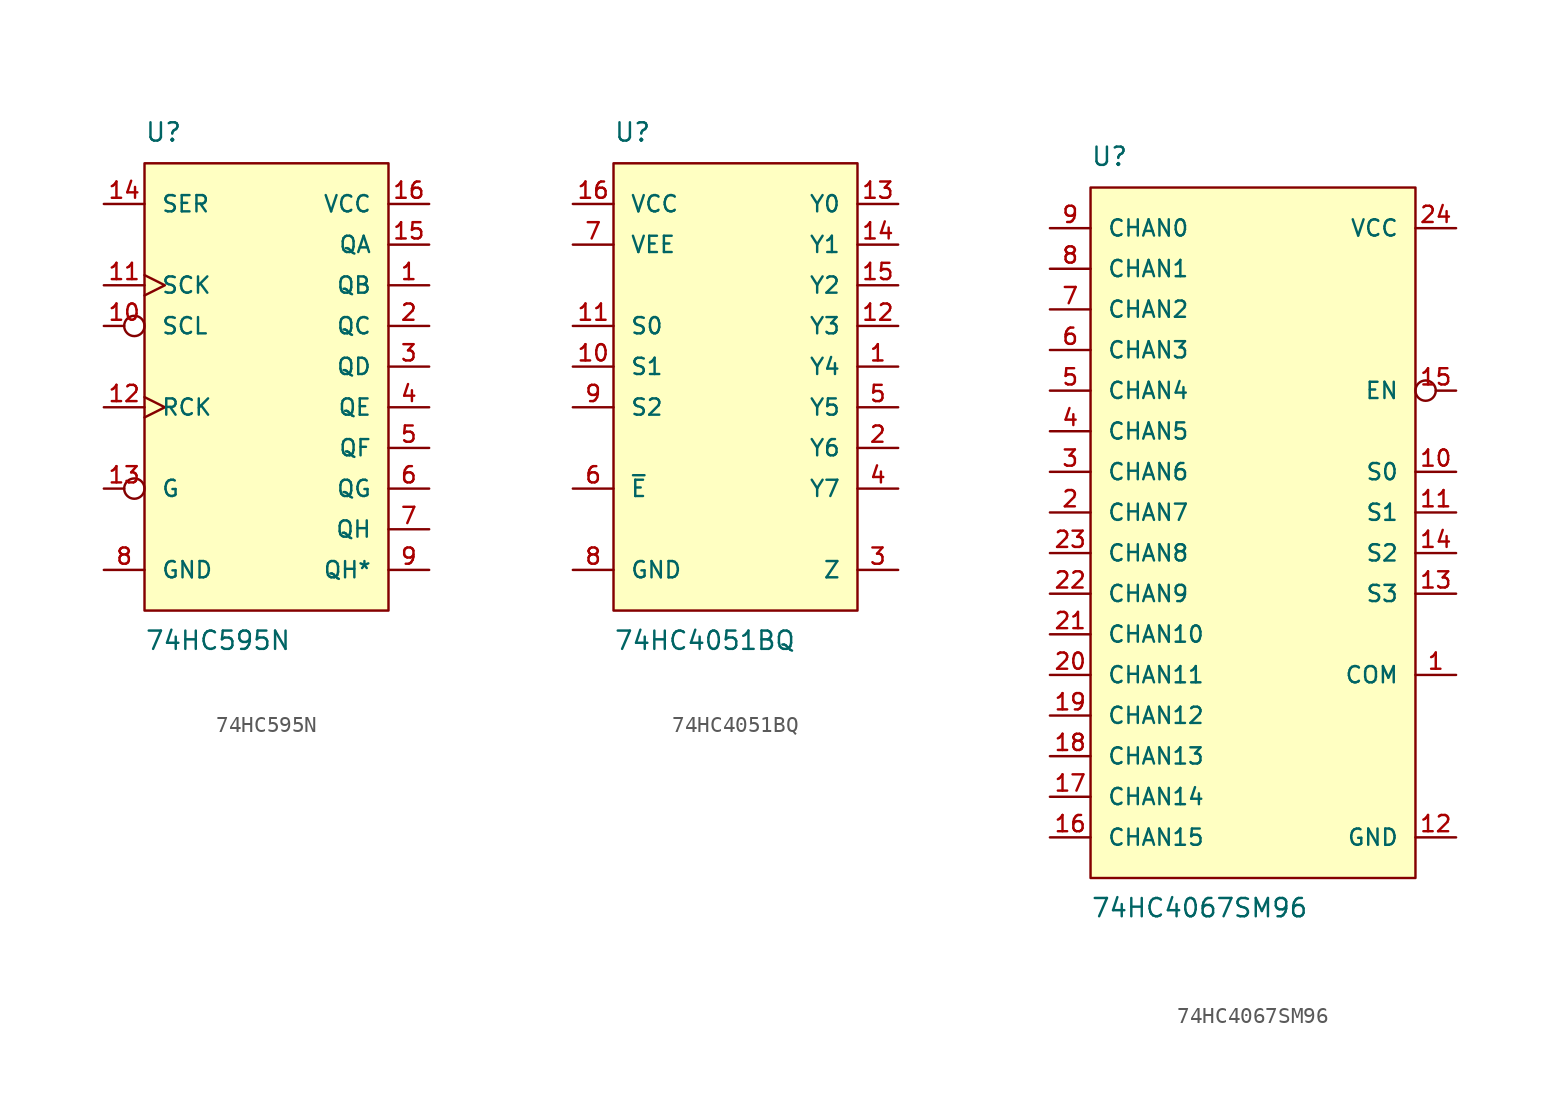
<source format=kicad_sym>
(kicad_symbol_lib
  (version 20211014)
  (generator kicad_symbol_editor)
  (symbol "74HC595N"
    (pin_names
      (offset 1.016))
    (property "Reference" "U"
      (at -7.62 15.24 0)
      (effects (font (size 1.143 1.143)) (justify left bottom)))
    (property "Value" "74HC595N"
      (at -7.62 -16.51 0)
      (effects (font (size 1.143 1.143)) (justify left bottom)))
    (property "ki_locked" ""
      (at 0 0 0)
      (effects (font (size 1.27 1.27))))
    (symbol "74HC595N_1_1"
      (polyline (pts (xy -7.62 -13.97) (xy 7.62 -13.97) (xy 7.62 13.97) (xy -7.62 13.97) (xy -7.62 -13.97)) (stroke (width 0) (type default) (color 0 0 0 0)) (fill (type background)))
      (pin tri_state line (at 10.16 6.35 180) (length 2.54) (name "QB" (effects (font (size 1.016 1.016)))) (number "1" (effects (font (size 1.016 1.016)))))
      (pin input inverted (at -10.16 3.81 0) (length 2.54) (name "SCL" (effects (font (size 1.016 1.016)))) (number "10" (effects (font (size 1.016 1.016)))))
      (pin input clock (at -10.16 6.35 0) (length 2.54) (name "SCK" (effects (font (size 1.016 1.016)))) (number "11" (effects (font (size 1.016 1.016)))))
      (pin input clock (at -10.16 -1.27 0) (length 2.54) (name "RCK" (effects (font (size 1.016 1.016)))) (number "12" (effects (font (size 1.016 1.016)))))
      (pin input inverted (at -10.16 -6.35 0) (length 2.54) (name "G" (effects (font (size 1.016 1.016)))) (number "13" (effects (font (size 1.016 1.016)))))
      (pin input line (at -10.16 11.43 0) (length 2.54) (name "SER" (effects (font (size 1.016 1.016)))) (number "14" (effects (font (size 1.016 1.016)))))
      (pin tri_state line (at 10.16 8.89 180) (length 2.54) (name "QA" (effects (font (size 1.016 1.016)))) (number "15" (effects (font (size 1.016 1.016)))))
      (pin power_in line (at 10.16 11.43 180) (length 2.54) (name "VCC" (effects (font (size 1.016 1.016)))) (number "16" (effects (font (size 1.016 1.016)))))
      (pin tri_state line (at 10.16 3.81 180) (length 2.54) (name "QC" (effects (font (size 1.016 1.016)))) (number "2" (effects (font (size 1.016 1.016)))))
      (pin tri_state line (at 10.16 1.27 180) (length 2.54) (name "QD" (effects (font (size 1.016 1.016)))) (number "3" (effects (font (size 1.016 1.016)))))
      (pin tri_state line (at 10.16 -1.27 180) (length 2.54) (name "QE" (effects (font (size 1.016 1.016)))) (number "4" (effects (font (size 1.016 1.016)))))
      (pin tri_state line (at 10.16 -3.81 180) (length 2.54) (name "QF" (effects (font (size 1.016 1.016)))) (number "5" (effects (font (size 1.016 1.016)))))
      (pin tri_state line (at 10.16 -6.35 180) (length 2.54) (name "QG" (effects (font (size 1.016 1.016)))) (number "6" (effects (font (size 1.016 1.016)))))
      (pin tri_state line (at 10.16 -8.89 180) (length 2.54) (name "QH" (effects (font (size 1.016 1.016)))) (number "7" (effects (font (size 1.016 1.016)))))
      (pin power_in line (at -10.16 -11.43 0) (length 2.54) (name "GND" (effects (font (size 1.016 1.016)))) (number "8" (effects (font (size 1.016 1.016)))))
      (pin tri_state line (at 10.16 -11.43 180) (length 2.54) (name "QH*" (effects (font (size 1.016 1.016)))) (number "9" (effects (font (size 1.016 1.016)))))))
  (symbol "74HC4051BQ"
    (pin_names
      (offset 1.016))
    (property "Reference" "U"
      (at -7.62 16.51 0)
      (effects (font (size 1.143 1.143)) (justify left bottom)))
    (property "Value" "74HC4051BQ"
      (at -7.62 -15.24 0)
      (effects (font (size 1.143 1.143)) (justify left bottom)))
    (property "ki_locked" ""
      (at 0 0 0)
      (effects (font (size 1.27 1.27))))
    (symbol "74HC4051BQ_1_1"
      (polyline (pts (xy -7.62 15.24) (xy -7.62 -12.7) (xy 7.62 -12.7) (xy 7.62 15.24) (xy -7.62 15.24)) (stroke (width 0) (type default) (color 0 0 0 0)) (fill (type background)))
      (pin bidirectional line (at 10.16 2.54 180) (length 2.54) (name "Y4" (effects (font (size 1.016 1.016)))) (number "1" (effects (font (size 1.016 1.016)))))
      (pin bidirectional line (at -10.16 2.54 0) (length 2.54) (name "S1" (effects (font (size 1.016 1.016)))) (number "10" (effects (font (size 1.016 1.016)))))
      (pin bidirectional line (at -10.16 5.08 0) (length 2.54) (name "S0" (effects (font (size 1.016 1.016)))) (number "11" (effects (font (size 1.016 1.016)))))
      (pin bidirectional line (at 10.16 5.08 180) (length 2.54) (name "Y3" (effects (font (size 1.016 1.016)))) (number "12" (effects (font (size 1.016 1.016)))))
      (pin bidirectional line (at 10.16 12.7 180) (length 2.54) (name "Y0" (effects (font (size 1.016 1.016)))) (number "13" (effects (font (size 1.016 1.016)))))
      (pin bidirectional line (at 10.16 10.16 180) (length 2.54) (name "Y1" (effects (font (size 1.016 1.016)))) (number "14" (effects (font (size 1.016 1.016)))))
      (pin bidirectional line (at 10.16 7.62 180) (length 2.54) (name "Y2" (effects (font (size 1.016 1.016)))) (number "15" (effects (font (size 1.016 1.016)))))
      (pin bidirectional line (at -10.16 12.7 0) (length 2.54) (name "VCC" (effects (font (size 1.016 1.016)))) (number "16" (effects (font (size 1.016 1.016)))))
      (pin bidirectional line (at 10.16 -2.54 180) (length 2.54) (name "Y6" (effects (font (size 1.016 1.016)))) (number "2" (effects (font (size 1.016 1.016)))))
      (pin bidirectional line (at 10.16 -10.16 180) (length 2.54) (name "Z" (effects (font (size 1.016 1.016)))) (number "3" (effects (font (size 1.016 1.016)))))
      (pin bidirectional line (at 10.16 -5.08 180) (length 2.54) (name "Y7" (effects (font (size 1.016 1.016)))) (number "4" (effects (font (size 1.016 1.016)))))
      (pin bidirectional line (at 10.16 0 180) (length 2.54) (name "Y5" (effects (font (size 1.016 1.016)))) (number "5" (effects (font (size 1.016 1.016)))))
      (pin bidirectional line (at -10.16 -5.08 0) (length 2.54) (name "~{E}" (effects (font (size 1.016 1.016)))) (number "6" (effects (font (size 1.016 1.016)))))
      (pin bidirectional line (at -10.16 10.16 0) (length 2.54) (name "VEE" (effects (font (size 1.016 1.016)))) (number "7" (effects (font (size 1.016 1.016)))))
      (pin bidirectional line (at -10.16 -10.16 0) (length 2.54) (name "GND" (effects (font (size 1.016 1.016)))) (number "8" (effects (font (size 1.016 1.016)))))
      (pin bidirectional line (at -10.16 0 0) (length 2.54) (name "S2" (effects (font (size 1.016 1.016)))) (number "9" (effects (font (size 1.016 1.016)))))
      (pin bidirectional line (at -10.16 12.7 0) (length 2.54) hide (name "VCC" (effects (font (size 1.016 1.016)))) (number "EP" (effects (font (size 1.016 1.016)))))))
  (symbol "74HC4067SM96"
    (pin_names
      (offset 1.016))
    (property "Reference" "U"
      (at -10.16 22.86 0)
      (effects (font (size 1.143 1.143)) (justify left bottom)))
    (property "Value" "74HC4067SM96"
      (at -10.16 -24.13 0)
      (effects (font (size 1.143 1.143)) (justify left bottom)))
    (property "ki_locked" ""
      (at 0 0 0)
      (effects (font (size 1.27 1.27))))
    (symbol "74HC4067SM96_1_1"
      (polyline (pts (xy -10.16 21.59) (xy 10.16 21.59) (xy 10.16 -21.59) (xy -10.16 -21.59) (xy -10.16 21.59)) (stroke (width 0) (type default) (color 0 0 0 0)) (fill (type background)))
      (pin bidirectional line (at 12.7 -8.89 180) (length 2.54) (name "COM" (effects (font (size 1.016 1.016)))) (number "1" (effects (font (size 1.016 1.016)))))
      (pin input line (at 12.7 3.81 180) (length 2.54) (name "S0" (effects (font (size 1.016 1.016)))) (number "10" (effects (font (size 1.016 1.016)))))
      (pin input line (at 12.7 1.27 180) (length 2.54) (name "S1" (effects (font (size 1.016 1.016)))) (number "11" (effects (font (size 1.016 1.016)))))
      (pin bidirectional line (at 12.7 -19.05 180) (length 2.54) (name "GND" (effects (font (size 1.016 1.016)))) (number "12" (effects (font (size 1.016 1.016)))))
      (pin input line (at 12.7 -3.81 180) (length 2.54) (name "S3" (effects (font (size 1.016 1.016)))) (number "13" (effects (font (size 1.016 1.016)))))
      (pin input line (at 12.7 -1.27 180) (length 2.54) (name "S2" (effects (font (size 1.016 1.016)))) (number "14" (effects (font (size 1.016 1.016)))))
      (pin input inverted (at 12.7 8.89 180) (length 2.54) (name "EN" (effects (font (size 1.016 1.016)))) (number "15" (effects (font (size 1.016 1.016)))))
      (pin bidirectional line (at -12.7 -19.05 0) (length 2.54) (name "CHAN15" (effects (font (size 1.016 1.016)))) (number "16" (effects (font (size 1.016 1.016)))))
      (pin bidirectional line (at -12.7 -16.51 0) (length 2.54) (name "CHAN14" (effects (font (size 1.016 1.016)))) (number "17" (effects (font (size 1.016 1.016)))))
      (pin bidirectional line (at -12.7 -13.97 0) (length 2.54) (name "CHAN13" (effects (font (size 1.016 1.016)))) (number "18" (effects (font (size 1.016 1.016)))))
      (pin bidirectional line (at -12.7 -11.43 0) (length 2.54) (name "CHAN12" (effects (font (size 1.016 1.016)))) (number "19" (effects (font (size 1.016 1.016)))))
      (pin bidirectional line (at -12.7 1.27 0) (length 2.54) (name "CHAN7" (effects (font (size 1.016 1.016)))) (number "2" (effects (font (size 1.016 1.016)))))
      (pin bidirectional line (at -12.7 -8.89 0) (length 2.54) (name "CHAN11" (effects (font (size 1.016 1.016)))) (number "20" (effects (font (size 1.016 1.016)))))
      (pin bidirectional line (at -12.7 -6.35 0) (length 2.54) (name "CHAN10" (effects (font (size 1.016 1.016)))) (number "21" (effects (font (size 1.016 1.016)))))
      (pin bidirectional line (at -12.7 -3.81 0) (length 2.54) (name "CHAN9" (effects (font (size 1.016 1.016)))) (number "22" (effects (font (size 1.016 1.016)))))
      (pin bidirectional line (at -12.7 -1.27 0) (length 2.54) (name "CHAN8" (effects (font (size 1.016 1.016)))) (number "23" (effects (font (size 1.016 1.016)))))
      (pin bidirectional line (at 12.7 19.05 180) (length 2.54) (name "VCC" (effects (font (size 1.016 1.016)))) (number "24" (effects (font (size 1.016 1.016)))))
      (pin bidirectional line (at -12.7 3.81 0) (length 2.54) (name "CHAN6" (effects (font (size 1.016 1.016)))) (number "3" (effects (font (size 1.016 1.016)))))
      (pin bidirectional line (at -12.7 6.35 0) (length 2.54) (name "CHAN5" (effects (font (size 1.016 1.016)))) (number "4" (effects (font (size 1.016 1.016)))))
      (pin bidirectional line (at -12.7 8.89 0) (length 2.54) (name "CHAN4" (effects (font (size 1.016 1.016)))) (number "5" (effects (font (size 1.016 1.016)))))
      (pin bidirectional line (at -12.7 11.43 0) (length 2.54) (name "CHAN3" (effects (font (size 1.016 1.016)))) (number "6" (effects (font (size 1.016 1.016)))))
      (pin bidirectional line (at -12.7 13.97 0) (length 2.54) (name "CHAN2" (effects (font (size 1.016 1.016)))) (number "7" (effects (font (size 1.016 1.016)))))
      (pin bidirectional line (at -12.7 16.51 0) (length 2.54) (name "CHAN1" (effects (font (size 1.016 1.016)))) (number "8" (effects (font (size 1.016 1.016)))))
      (pin bidirectional line (at -12.7 19.05 0) (length 2.54) (name "CHAN0" (effects (font (size 1.016 1.016)))) (number "9" (effects (font (size 1.016 1.016))))))))
</source>
